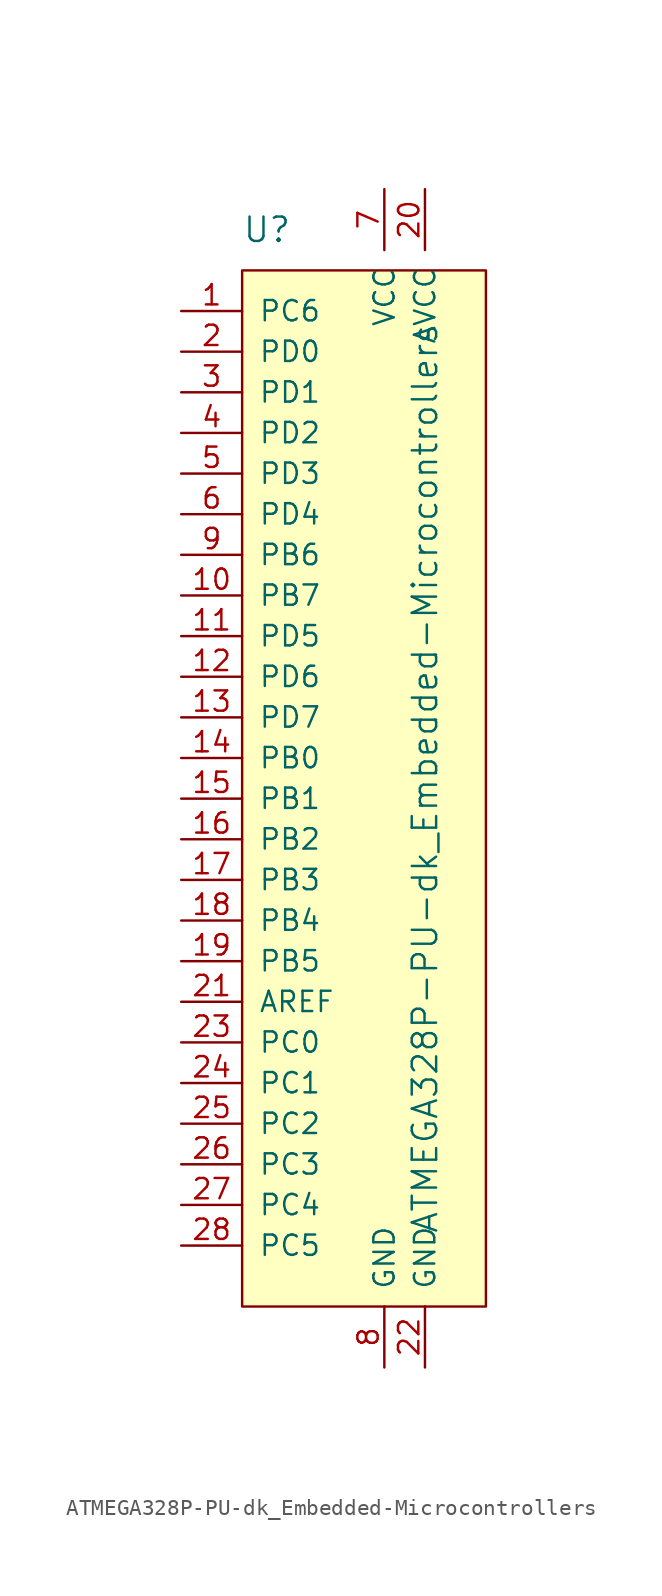
<source format=kicad_sym>
(kicad_symbol_lib
  (version 20220914)
  (generator kicad_symbol_editor)
  (symbol "ATMEGA328P-PU-dk_Embedded-Microcontrollers"
    (pin_names
      (offset 1.016))
    (property "Reference" "U"
      (at -8.89 33.02 0)
      (effects (font (size 1.524 1.524)) (justify left)))
    (property "Value" "ATMEGA328P-PU-dk_Embedded-Microcontrollers"
      (at 2.54 -1.27 90)
      (effects (font (size 1.524 1.524))))
    (symbol "ATMEGA328P-PU-dk_Embedded-Microcontrollers_0_1"
      (rectangle (start -8.89 30.48) (end 6.35 -34.29) (stroke (width 0) (type solid)) (fill (type background))))
    (symbol "ATMEGA328P-PU-dk_Embedded-Microcontrollers_1_1"
      (pin bidirectional line (at -12.7 27.94 0) (length 3.81) (name "PC6" (effects (font (size 1.27 1.27)))) (number "1" (effects (font (size 1.27 1.27)))))
      (pin bidirectional line (at -12.7 10.16 0) (length 3.81) (name "PB7" (effects (font (size 1.27 1.27)))) (number "10" (effects (font (size 1.27 1.27)))))
      (pin bidirectional line (at -12.7 7.62 0) (length 3.81) (name "PD5" (effects (font (size 1.27 1.27)))) (number "11" (effects (font (size 1.27 1.27)))))
      (pin bidirectional line (at -12.7 5.08 0) (length 3.81) (name "PD6" (effects (font (size 1.27 1.27)))) (number "12" (effects (font (size 1.27 1.27)))))
      (pin bidirectional line (at -12.7 2.54 0) (length 3.81) (name "PD7" (effects (font (size 1.27 1.27)))) (number "13" (effects (font (size 1.27 1.27)))))
      (pin bidirectional line (at -12.7 0 0) (length 3.81) (name "PB0" (effects (font (size 1.27 1.27)))) (number "14" (effects (font (size 1.27 1.27)))))
      (pin bidirectional line (at -12.7 -2.54 0) (length 3.81) (name "PB1" (effects (font (size 1.27 1.27)))) (number "15" (effects (font (size 1.27 1.27)))))
      (pin bidirectional line (at -12.7 -5.08 0) (length 3.81) (name "PB2" (effects (font (size 1.27 1.27)))) (number "16" (effects (font (size 1.27 1.27)))))
      (pin bidirectional line (at -12.7 -7.62 0) (length 3.81) (name "PB3" (effects (font (size 1.27 1.27)))) (number "17" (effects (font (size 1.27 1.27)))))
      (pin bidirectional line (at -12.7 -10.16 0) (length 3.81) (name "PB4" (effects (font (size 1.27 1.27)))) (number "18" (effects (font (size 1.27 1.27)))))
      (pin bidirectional line (at -12.7 -12.7 0) (length 3.81) (name "PB5" (effects (font (size 1.27 1.27)))) (number "19" (effects (font (size 1.27 1.27)))))
      (pin bidirectional line (at -12.7 25.4 0) (length 3.81) (name "PD0" (effects (font (size 1.27 1.27)))) (number "2" (effects (font (size 1.27 1.27)))))
      (pin power_in line (at 2.54 35.56 270) (length 3.81) (name "AVCC" (effects (font (size 1.27 1.27)))) (number "20" (effects (font (size 1.27 1.27)))))
      (pin input line (at -12.7 -15.24 0) (length 3.81) (name "AREF" (effects (font (size 1.27 1.27)))) (number "21" (effects (font (size 1.27 1.27)))))
      (pin power_in line (at 2.54 -38.1 90) (length 3.81) (name "GND" (effects (font (size 1.27 1.27)))) (number "22" (effects (font (size 1.27 1.27)))))
      (pin bidirectional line (at -12.7 -17.78 0) (length 3.81) (name "PC0" (effects (font (size 1.27 1.27)))) (number "23" (effects (font (size 1.27 1.27)))))
      (pin bidirectional line (at -12.7 -20.32 0) (length 3.81) (name "PC1" (effects (font (size 1.27 1.27)))) (number "24" (effects (font (size 1.27 1.27)))))
      (pin bidirectional line (at -12.7 -22.86 0) (length 3.81) (name "PC2" (effects (font (size 1.27 1.27)))) (number "25" (effects (font (size 1.27 1.27)))))
      (pin bidirectional line (at -12.7 -25.4 0) (length 3.81) (name "PC3" (effects (font (size 1.27 1.27)))) (number "26" (effects (font (size 1.27 1.27)))))
      (pin bidirectional line (at -12.7 -27.94 0) (length 3.81) (name "PC4" (effects (font (size 1.27 1.27)))) (number "27" (effects (font (size 1.27 1.27)))))
      (pin bidirectional line (at -12.7 -30.48 0) (length 3.81) (name "PC5" (effects (font (size 1.27 1.27)))) (number "28" (effects (font (size 1.27 1.27)))))
      (pin bidirectional line (at -12.7 22.86 0) (length 3.81) (name "PD1" (effects (font (size 1.27 1.27)))) (number "3" (effects (font (size 1.27 1.27)))))
      (pin bidirectional line (at -12.7 20.32 0) (length 3.81) (name "PD2" (effects (font (size 1.27 1.27)))) (number "4" (effects (font (size 1.27 1.27)))))
      (pin bidirectional line (at -12.7 17.78 0) (length 3.81) (name "PD3" (effects (font (size 1.27 1.27)))) (number "5" (effects (font (size 1.27 1.27)))))
      (pin bidirectional line (at -12.7 15.24 0) (length 3.81) (name "PD4" (effects (font (size 1.27 1.27)))) (number "6" (effects (font (size 1.27 1.27)))))
      (pin power_in line (at 0 35.56 270) (length 3.81) (name "VCC" (effects (font (size 1.27 1.27)))) (number "7" (effects (font (size 1.27 1.27)))))
      (pin power_in line (at 0 -38.1 90) (length 3.81) (name "GND" (effects (font (size 1.27 1.27)))) (number "8" (effects (font (size 1.27 1.27)))))
      (pin bidirectional line (at -12.7 12.7 0) (length 3.81) (name "PB6" (effects (font (size 1.27 1.27)))) (number "9" (effects (font (size 1.27 1.27))))))))
</source>
